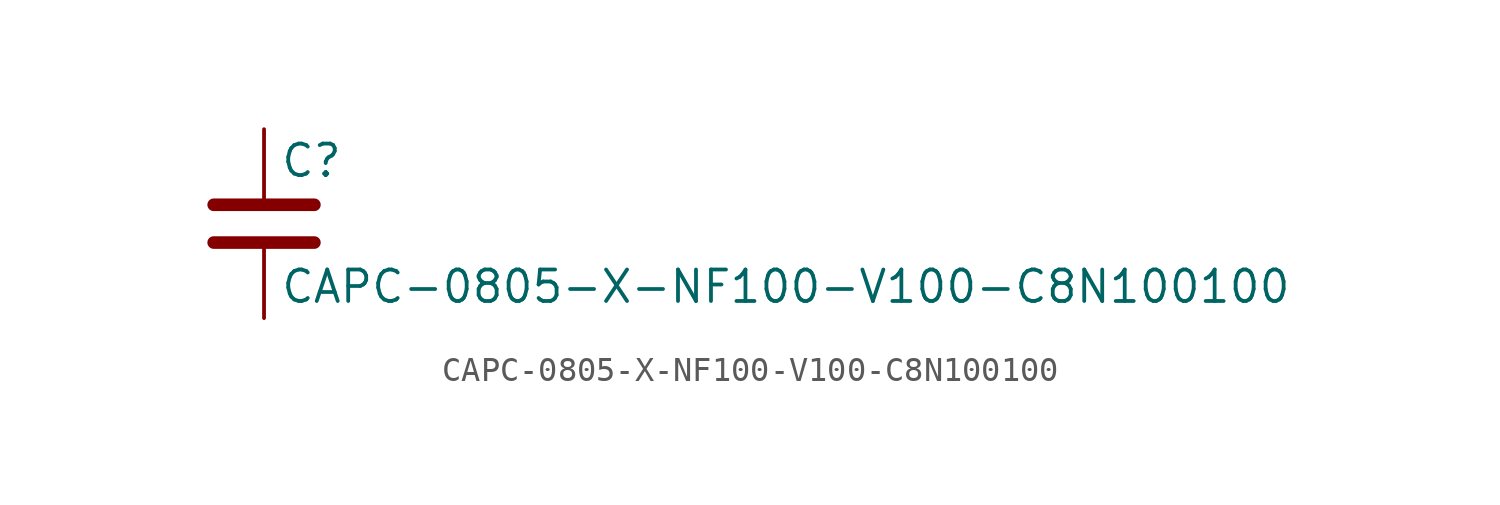
<source format=kicad_sym>
(kicad_symbol_lib
  (version 20211014)
  (generator kicad_symbol_editor)
  (symbol "CAPC-0805-X-NF100-V100-C8N100100"
    (pin_numbers hide)
    (pin_names
      (offset 0.254))
    (property "Reference" "C"
      (at 0.635 2.54 0)
      (effects (font (size 1.27 1.27)) (justify left)))
    (property "Value" "CAPC-0805-X-NF100-V100-C8N100100"
      (at 0.635 -2.54 0)
      (effects (font (size 1.27 1.27)) (justify left)))
    (symbol "CAPC-0805-X-NF100-V100-C8N100100_0_1"
      (polyline (pts (xy -2.032 -0.762) (xy 2.032 -0.762)) (stroke (width 0.508) (type default) (color 0 0 0 0)) (fill (type none)))
      (polyline (pts (xy -2.032 0.762) (xy 2.032 0.762)) (stroke (width 0.508) (type default) (color 0 0 0 0)) (fill (type none))))
    (symbol "CAPC-0805-X-NF100-V100-C8N100100_1_1"
      (pin passive line (at 0 3.81 270) (length 2.794) (name "~" (effects (font (size 1.27 1.27)))) (number "1" (effects (font (size 1.27 1.27)))))
      (pin passive line (at 0 -3.81 90) (length 2.794) (name "~" (effects (font (size 1.27 1.27)))) (number "2" (effects (font (size 1.27 1.27))))))))
</source>
